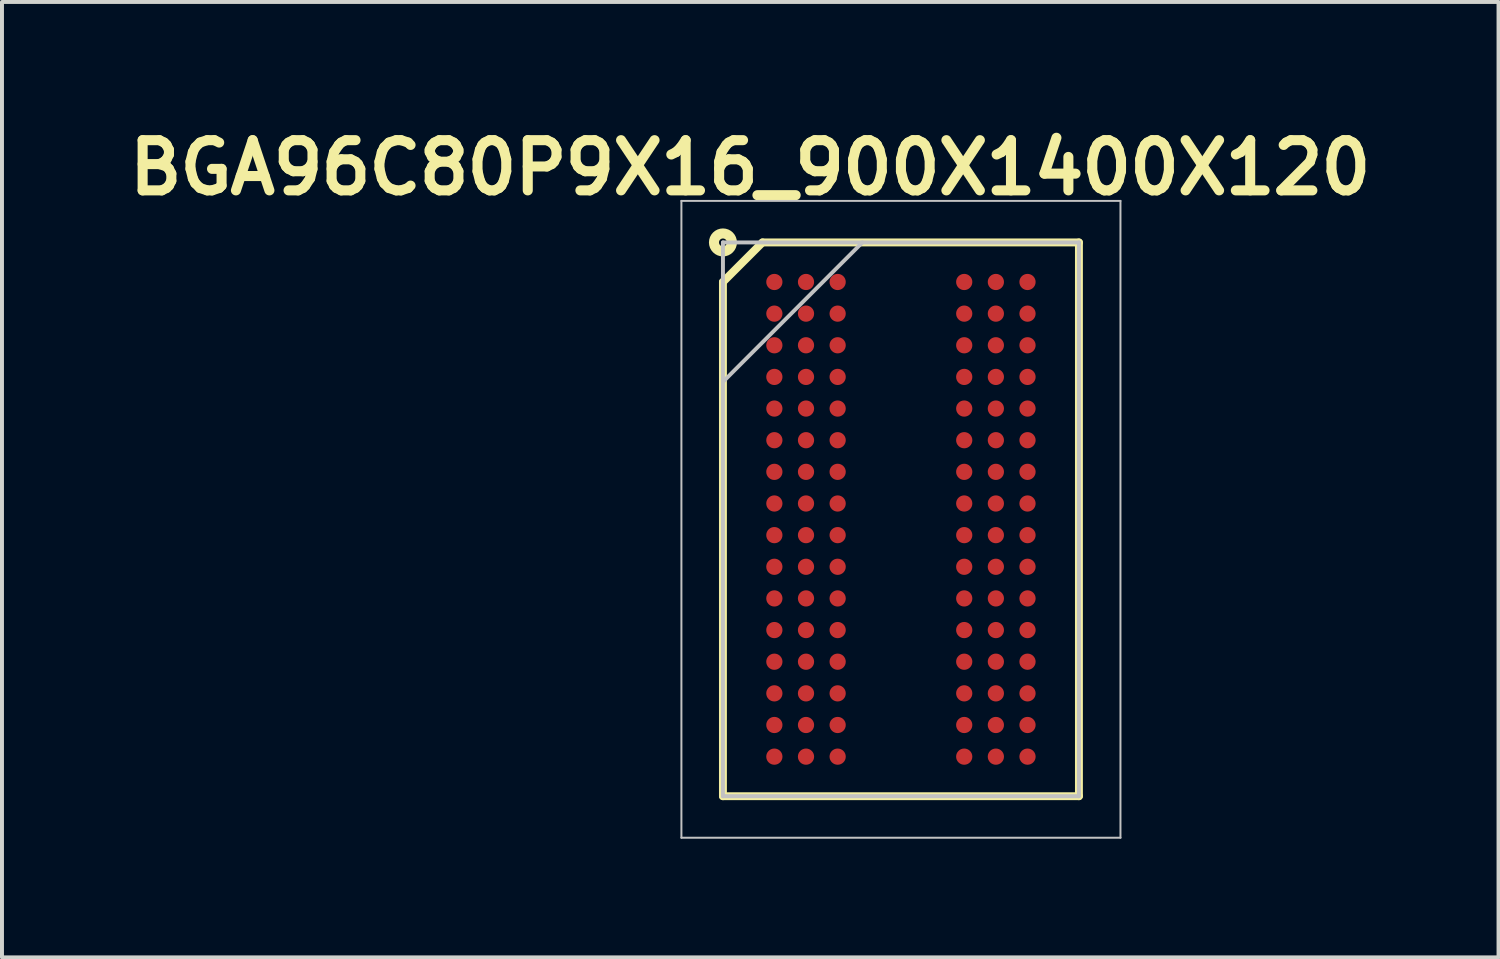
<source format=kicad_pcb>
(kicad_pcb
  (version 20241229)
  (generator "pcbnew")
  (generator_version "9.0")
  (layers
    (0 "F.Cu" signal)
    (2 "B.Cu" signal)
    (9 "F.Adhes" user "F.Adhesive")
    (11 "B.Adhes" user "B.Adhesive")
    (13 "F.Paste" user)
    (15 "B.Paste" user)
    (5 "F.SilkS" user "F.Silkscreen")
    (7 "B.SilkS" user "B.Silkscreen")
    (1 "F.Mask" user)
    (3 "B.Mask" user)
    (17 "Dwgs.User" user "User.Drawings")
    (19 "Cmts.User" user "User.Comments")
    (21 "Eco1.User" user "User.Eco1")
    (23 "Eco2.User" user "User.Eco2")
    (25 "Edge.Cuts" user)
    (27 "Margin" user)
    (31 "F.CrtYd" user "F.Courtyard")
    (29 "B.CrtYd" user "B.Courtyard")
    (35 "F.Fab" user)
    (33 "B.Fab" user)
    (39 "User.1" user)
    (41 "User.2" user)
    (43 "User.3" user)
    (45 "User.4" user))
  (footprint "BGA96C80P9X16_900X1400X120"
    (layer "F.Cu")
    (at 19.727 10.079)
    (property "Reference" "BGA96C80P9X16_900X1400X120" (at -3.81 -8.89 0) (layer "F.SilkS") (effects (font (size 1.27 1.27) (thickness 0.254))))
    (attr smd)
    (fp_line (start -4.5 -6) (end -3.5 -7) (stroke (width 0.2) (type solid)) (layer "F.SilkS"))
    (fp_line (start -4.5 7) (end -4.5 -6) (stroke (width 0.2) (type solid)) (layer "F.SilkS"))
    (fp_line (start -3.5 -7) (end 4.5 -7) (stroke (width 0.2) (type solid)) (layer "F.SilkS"))
    (fp_line (start 4.5 -7) (end 4.5 7) (stroke (width 0.2) (type solid)) (layer "F.SilkS"))
    (fp_line (start 4.5 7) (end -4.5 7) (stroke (width 0.2) (type solid)) (layer "F.SilkS"))
    (fp_circle (center -4.5 -7) (end -4.4 -7) (stroke (width 0.254) (type solid)) (fill no) (layer "F.SilkS"))
    (fp_line (start -5.55 -8.05) (end 5.55 -8.05) (stroke (width 0.05) (type solid)) (layer "Dwgs.User"))
    (fp_line (start -5.55 8.05) (end -5.55 -8.05) (stroke (width 0.05) (type solid)) (layer "Dwgs.User"))
    (fp_line (start -4.5 -7) (end 4.5 -7) (stroke (width 0.1) (type solid)) (layer "Dwgs.User"))
    (fp_line (start -4.5 -3.475) (end -0.975 -7) (stroke (width 0.1) (type solid)) (layer "Dwgs.User"))
    (fp_line (start -4.5 7) (end -4.5 -7) (stroke (width 0.1) (type solid)) (layer "Dwgs.User"))
    (fp_line (start 4.5 -7) (end 4.5 7) (stroke (width 0.1) (type solid)) (layer "Dwgs.User"))
    (fp_line (start 4.5 7) (end -4.5 7) (stroke (width 0.1) (type solid)) (layer "Dwgs.User"))
    (fp_line (start 5.55 -8.05) (end 5.55 8.05) (stroke (width 0.05) (type solid)) (layer "Dwgs.User"))
    (fp_line (start 5.55 8.05) (end -5.55 8.05) (stroke (width 0.05) (type solid)) (layer "Dwgs.User"))
    (pad "A1" smd circle (at -3.2 -6 90) (size 0.41 0.41) (layers "F.Cu" "F.Mask" "F.Paste"))
    (pad "A2" smd circle (at -2.4 -6 90) (size 0.41 0.41) (layers "F.Cu" "F.Mask" "F.Paste"))
    (pad "A3" smd circle (at -1.6 -6 90) (size 0.41 0.41) (layers "F.Cu" "F.Mask" "F.Paste"))
    (pad "A7" smd circle (at 1.6 -6 90) (size 0.41 0.41) (layers "F.Cu" "F.Mask" "F.Paste"))
    (pad "A8" smd circle (at 2.4 -6 90) (size 0.41 0.41) (layers "F.Cu" "F.Mask" "F.Paste"))
    (pad "A9" smd circle (at 3.2 -6 90) (size 0.41 0.41) (layers "F.Cu" "F.Mask" "F.Paste"))
    (pad "B1" smd circle (at -3.2 -5.2 90) (size 0.41 0.41) (layers "F.Cu" "F.Mask" "F.Paste"))
    (pad "B2" smd circle (at -2.4 -5.2 90) (size 0.41 0.41) (layers "F.Cu" "F.Mask" "F.Paste"))
    (pad "B3" smd circle (at -1.6 -5.2 90) (size 0.41 0.41) (layers "F.Cu" "F.Mask" "F.Paste"))
    (pad "B7" smd circle (at 1.6 -5.2 90) (size 0.41 0.41) (layers "F.Cu" "F.Mask" "F.Paste"))
    (pad "B8" smd circle (at 2.4 -5.2 90) (size 0.41 0.41) (layers "F.Cu" "F.Mask" "F.Paste"))
    (pad "B9" smd circle (at 3.2 -5.2 90) (size 0.41 0.41) (layers "F.Cu" "F.Mask" "F.Paste"))
    (pad "C1" smd circle (at -3.2 -4.4 90) (size 0.41 0.41) (layers "F.Cu" "F.Mask" "F.Paste"))
    (pad "C2" smd circle (at -2.4 -4.4 90) (size 0.41 0.41) (layers "F.Cu" "F.Mask" "F.Paste"))
    (pad "C3" smd circle (at -1.6 -4.4 90) (size 0.41 0.41) (layers "F.Cu" "F.Mask" "F.Paste"))
    (pad "C7" smd circle (at 1.6 -4.4 90) (size 0.41 0.41) (layers "F.Cu" "F.Mask" "F.Paste"))
    (pad "C8" smd circle (at 2.4 -4.4 90) (size 0.41 0.41) (layers "F.Cu" "F.Mask" "F.Paste"))
    (pad "C9" smd circle (at 3.2 -4.4 90) (size 0.41 0.41) (layers "F.Cu" "F.Mask" "F.Paste"))
    (pad "D1" smd circle (at -3.2 -3.6 90) (size 0.41 0.41) (layers "F.Cu" "F.Mask" "F.Paste"))
    (pad "D2" smd circle (at -2.4 -3.6 90) (size 0.41 0.41) (layers "F.Cu" "F.Mask" "F.Paste"))
    (pad "D3" smd circle (at -1.6 -3.6 90) (size 0.41 0.41) (layers "F.Cu" "F.Mask" "F.Paste"))
    (pad "D7" smd circle (at 1.6 -3.6 90) (size 0.41 0.41) (layers "F.Cu" "F.Mask" "F.Paste"))
    (pad "D8" smd circle (at 2.4 -3.6 90) (size 0.41 0.41) (layers "F.Cu" "F.Mask" "F.Paste"))
    (pad "D9" smd circle (at 3.2 -3.6 90) (size 0.41 0.41) (layers "F.Cu" "F.Mask" "F.Paste"))
    (pad "E1" smd circle (at -3.2 -2.8 90) (size 0.41 0.41) (layers "F.Cu" "F.Mask" "F.Paste"))
    (pad "E2" smd circle (at -2.4 -2.8 90) (size 0.41 0.41) (layers "F.Cu" "F.Mask" "F.Paste"))
    (pad "E3" smd circle (at -1.6 -2.8 90) (size 0.41 0.41) (layers "F.Cu" "F.Mask" "F.Paste"))
    (pad "E7" smd circle (at 1.6 -2.8 90) (size 0.41 0.41) (layers "F.Cu" "F.Mask" "F.Paste"))
    (pad "E8" smd circle (at 2.4 -2.8 90) (size 0.41 0.41) (layers "F.Cu" "F.Mask" "F.Paste"))
    (pad "E9" smd circle (at 3.2 -2.8 90) (size 0.41 0.41) (layers "F.Cu" "F.Mask" "F.Paste"))
    (pad "F1" smd circle (at -3.2 -2 90) (size 0.41 0.41) (layers "F.Cu" "F.Mask" "F.Paste"))
    (pad "F2" smd circle (at -2.4 -2 90) (size 0.41 0.41) (layers "F.Cu" "F.Mask" "F.Paste"))
    (pad "F3" smd circle (at -1.6 -2 90) (size 0.41 0.41) (layers "F.Cu" "F.Mask" "F.Paste"))
    (pad "F7" smd circle (at 1.6 -2 90) (size 0.41 0.41) (layers "F.Cu" "F.Mask" "F.Paste"))
    (pad "F8" smd circle (at 2.4 -2 90) (size 0.41 0.41) (layers "F.Cu" "F.Mask" "F.Paste"))
    (pad "F9" smd circle (at 3.2 -2 90) (size 0.41 0.41) (layers "F.Cu" "F.Mask" "F.Paste"))
    (pad "G1" smd circle (at -3.2 -1.2 90) (size 0.41 0.41) (layers "F.Cu" "F.Mask" "F.Paste"))
    (pad "G2" smd circle (at -2.4 -1.2 90) (size 0.41 0.41) (layers "F.Cu" "F.Mask" "F.Paste"))
    (pad "G3" smd circle (at -1.6 -1.2 90) (size 0.41 0.41) (layers "F.Cu" "F.Mask" "F.Paste"))
    (pad "G7" smd circle (at 1.6 -1.2 90) (size 0.41 0.41) (layers "F.Cu" "F.Mask" "F.Paste"))
    (pad "G8" smd circle (at 2.4 -1.2 90) (size 0.41 0.41) (layers "F.Cu" "F.Mask" "F.Paste"))
    (pad "G9" smd circle (at 3.2 -1.2 90) (size 0.41 0.41) (layers "F.Cu" "F.Mask" "F.Paste"))
    (pad "H1" smd circle (at -3.2 -0.4 90) (size 0.41 0.41) (layers "F.Cu" "F.Mask" "F.Paste"))
    (pad "H2" smd circle (at -2.4 -0.4 90) (size 0.41 0.41) (layers "F.Cu" "F.Mask" "F.Paste"))
    (pad "H3" smd circle (at -1.6 -0.4 90) (size 0.41 0.41) (layers "F.Cu" "F.Mask" "F.Paste"))
    (pad "H7" smd circle (at 1.6 -0.4 90) (size 0.41 0.41) (layers "F.Cu" "F.Mask" "F.Paste"))
    (pad "H8" smd circle (at 2.4 -0.4 90) (size 0.41 0.41) (layers "F.Cu" "F.Mask" "F.Paste"))
    (pad "H9" smd circle (at 3.2 -0.4 90) (size 0.41 0.41) (layers "F.Cu" "F.Mask" "F.Paste"))
    (pad "J1" smd circle (at -3.2 0.4 90) (size 0.41 0.41) (layers "F.Cu" "F.Mask" "F.Paste"))
    (pad "J2" smd circle (at -2.4 0.4 90) (size 0.41 0.41) (layers "F.Cu" "F.Mask" "F.Paste"))
    (pad "J3" smd circle (at -1.6 0.4 90) (size 0.41 0.41) (layers "F.Cu" "F.Mask" "F.Paste"))
    (pad "J7" smd circle (at 1.6 0.4 90) (size 0.41 0.41) (layers "F.Cu" "F.Mask" "F.Paste"))
    (pad "J8" smd circle (at 2.4 0.4 90) (size 0.41 0.41) (layers "F.Cu" "F.Mask" "F.Paste"))
    (pad "J9" smd circle (at 3.2 0.4 90) (size 0.41 0.41) (layers "F.Cu" "F.Mask" "F.Paste"))
    (pad "K1" smd circle (at -3.2 1.2 90) (size 0.41 0.41) (layers "F.Cu" "F.Mask" "F.Paste"))
    (pad "K2" smd circle (at -2.4 1.2 90) (size 0.41 0.41) (layers "F.Cu" "F.Mask" "F.Paste"))
    (pad "K3" smd circle (at -1.6 1.2 90) (size 0.41 0.41) (layers "F.Cu" "F.Mask" "F.Paste"))
    (pad "K7" smd circle (at 1.6 1.2 90) (size 0.41 0.41) (layers "F.Cu" "F.Mask" "F.Paste"))
    (pad "K8" smd circle (at 2.4 1.2 90) (size 0.41 0.41) (layers "F.Cu" "F.Mask" "F.Paste"))
    (pad "K9" smd circle (at 3.2 1.2 90) (size 0.41 0.41) (layers "F.Cu" "F.Mask" "F.Paste"))
    (pad "L1" smd circle (at -3.2 2 90) (size 0.41 0.41) (layers "F.Cu" "F.Mask" "F.Paste"))
    (pad "L2" smd circle (at -2.4 2 90) (size 0.41 0.41) (layers "F.Cu" "F.Mask" "F.Paste"))
    (pad "L3" smd circle (at -1.6 2 90) (size 0.41 0.41) (layers "F.Cu" "F.Mask" "F.Paste"))
    (pad "L7" smd circle (at 1.6 2 90) (size 0.41 0.41) (layers "F.Cu" "F.Mask" "F.Paste"))
    (pad "L8" smd circle (at 2.4 2 90) (size 0.41 0.41) (layers "F.Cu" "F.Mask" "F.Paste"))
    (pad "L9" smd circle (at 3.2 2 90) (size 0.41 0.41) (layers "F.Cu" "F.Mask" "F.Paste"))
    (pad "M1" smd circle (at -3.2 2.8 90) (size 0.41 0.41) (layers "F.Cu" "F.Mask" "F.Paste"))
    (pad "M2" smd circle (at -2.4 2.8 90) (size 0.41 0.41) (layers "F.Cu" "F.Mask" "F.Paste"))
    (pad "M3" smd circle (at -1.6 2.8 90) (size 0.41 0.41) (layers "F.Cu" "F.Mask" "F.Paste"))
    (pad "M7" smd circle (at 1.6 2.8 90) (size 0.41 0.41) (layers "F.Cu" "F.Mask" "F.Paste"))
    (pad "M8" smd circle (at 2.4 2.8 90) (size 0.41 0.41) (layers "F.Cu" "F.Mask" "F.Paste"))
    (pad "M9" smd circle (at 3.2 2.8 90) (size 0.41 0.41) (layers "F.Cu" "F.Mask" "F.Paste"))
    (pad "N1" smd circle (at -3.2 3.6 90) (size 0.41 0.41) (layers "F.Cu" "F.Mask" "F.Paste"))
    (pad "N2" smd circle (at -2.4 3.6 90) (size 0.41 0.41) (layers "F.Cu" "F.Mask" "F.Paste"))
    (pad "N3" smd circle (at -1.6 3.6 90) (size 0.41 0.41) (layers "F.Cu" "F.Mask" "F.Paste"))
    (pad "N7" smd circle (at 1.6 3.6 90) (size 0.41 0.41) (layers "F.Cu" "F.Mask" "F.Paste"))
    (pad "N8" smd circle (at 2.4 3.6 90) (size 0.41 0.41) (layers "F.Cu" "F.Mask" "F.Paste"))
    (pad "N9" smd circle (at 3.2 3.6 90) (size 0.41 0.41) (layers "F.Cu" "F.Mask" "F.Paste"))
    (pad "P1" smd circle (at -3.2 4.4 90) (size 0.41 0.41) (layers "F.Cu" "F.Mask" "F.Paste"))
    (pad "P2" smd circle (at -2.4 4.4 90) (size 0.41 0.41) (layers "F.Cu" "F.Mask" "F.Paste"))
    (pad "P3" smd circle (at -1.6 4.4 90) (size 0.41 0.41) (layers "F.Cu" "F.Mask" "F.Paste"))
    (pad "P7" smd circle (at 1.6 4.4 90) (size 0.41 0.41) (layers "F.Cu" "F.Mask" "F.Paste"))
    (pad "P8" smd circle (at 2.4 4.4 90) (size 0.41 0.41) (layers "F.Cu" "F.Mask" "F.Paste"))
    (pad "P9" smd circle (at 3.2 4.4 90) (size 0.41 0.41) (layers "F.Cu" "F.Mask" "F.Paste"))
    (pad "R1" smd circle (at -3.2 5.2 90) (size 0.41 0.41) (layers "F.Cu" "F.Mask" "F.Paste"))
    (pad "R2" smd circle (at -2.4 5.2 90) (size 0.41 0.41) (layers "F.Cu" "F.Mask" "F.Paste"))
    (pad "R3" smd circle (at -1.6 5.2 90) (size 0.41 0.41) (layers "F.Cu" "F.Mask" "F.Paste"))
    (pad "R7" smd circle (at 1.6 5.2 90) (size 0.41 0.41) (layers "F.Cu" "F.Mask" "F.Paste"))
    (pad "R8" smd circle (at 2.4 5.2 90) (size 0.41 0.41) (layers "F.Cu" "F.Mask" "F.Paste"))
    (pad "R9" smd circle (at 3.2 5.2 90) (size 0.41 0.41) (layers "F.Cu" "F.Mask" "F.Paste"))
    (pad "T1" smd circle (at -3.2 6 90) (size 0.41 0.41) (layers "F.Cu" "F.Mask" "F.Paste"))
    (pad "T2" smd circle (at -2.4 6 90) (size 0.41 0.41) (layers "F.Cu" "F.Mask" "F.Paste"))
    (pad "T3" smd circle (at -1.6 6 90) (size 0.41 0.41) (layers "F.Cu" "F.Mask" "F.Paste"))
    (pad "T7" smd circle (at 1.6 6 90) (size 0.41 0.41) (layers "F.Cu" "F.Mask" "F.Paste"))
    (pad "T8" smd circle (at 2.4 6 90) (size 0.41 0.41) (layers "F.Cu" "F.Mask" "F.Paste"))
    (pad "T9" smd circle (at 3.2 6 90) (size 0.41 0.41) (layers "F.Cu" "F.Mask" "F.Paste")))
  (gr_rect
    (start -3 -3)
    (end 34.835 21.154)
    (stroke (width 0.1) (type default))
    (fill no)
    (layer "Edge.Cuts")))
</source>
